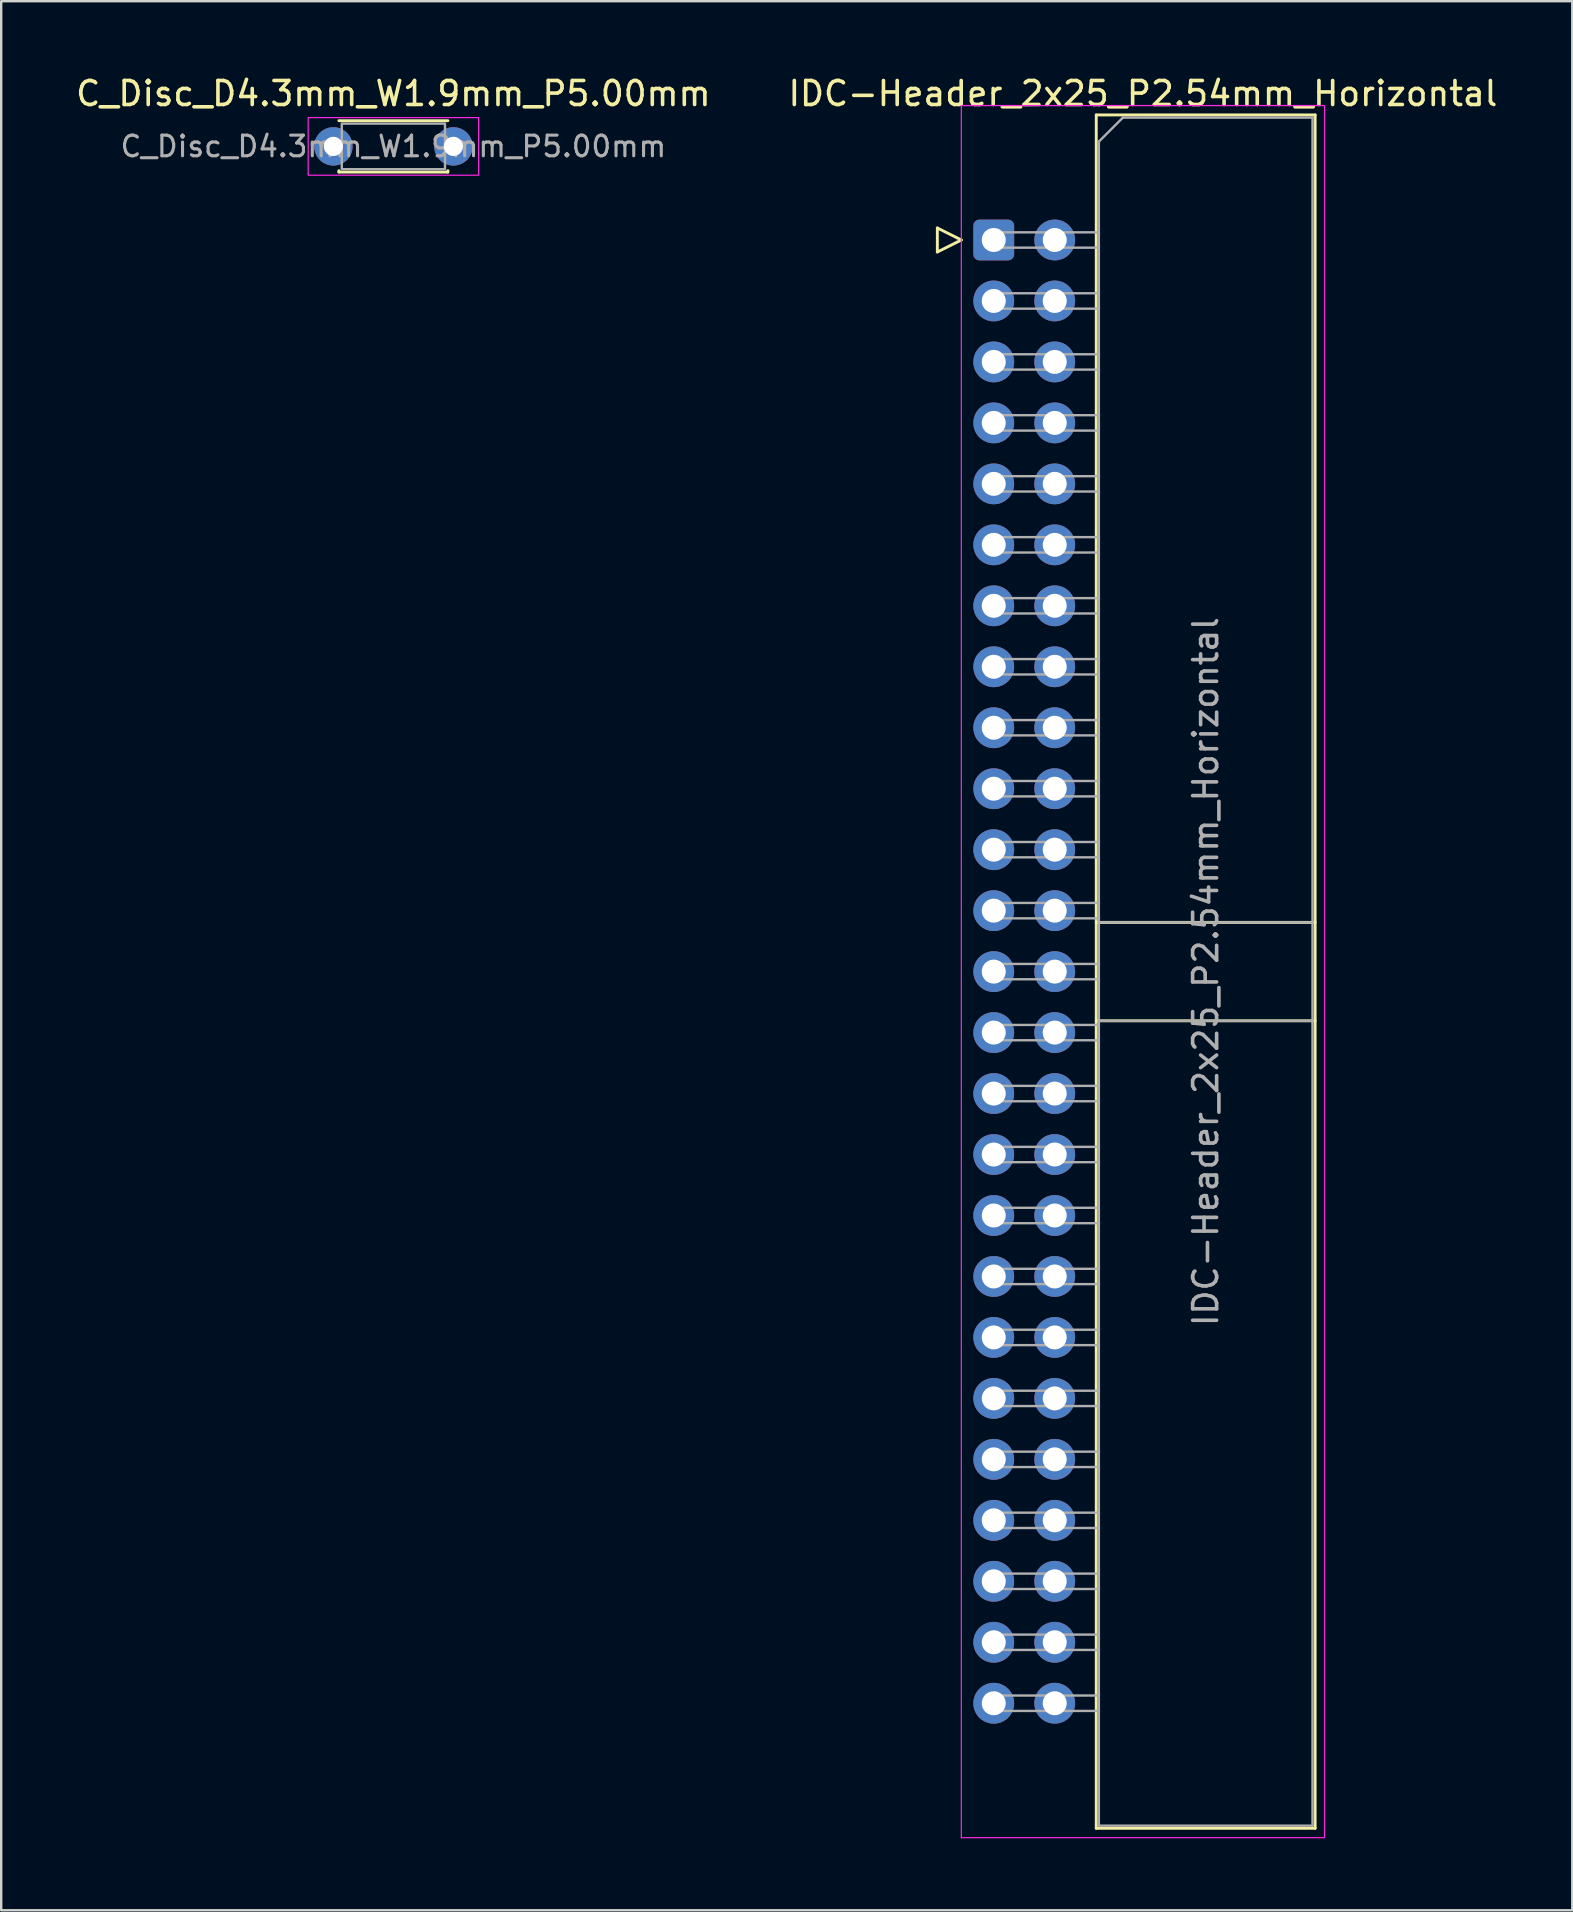
<source format=kicad_pcb>
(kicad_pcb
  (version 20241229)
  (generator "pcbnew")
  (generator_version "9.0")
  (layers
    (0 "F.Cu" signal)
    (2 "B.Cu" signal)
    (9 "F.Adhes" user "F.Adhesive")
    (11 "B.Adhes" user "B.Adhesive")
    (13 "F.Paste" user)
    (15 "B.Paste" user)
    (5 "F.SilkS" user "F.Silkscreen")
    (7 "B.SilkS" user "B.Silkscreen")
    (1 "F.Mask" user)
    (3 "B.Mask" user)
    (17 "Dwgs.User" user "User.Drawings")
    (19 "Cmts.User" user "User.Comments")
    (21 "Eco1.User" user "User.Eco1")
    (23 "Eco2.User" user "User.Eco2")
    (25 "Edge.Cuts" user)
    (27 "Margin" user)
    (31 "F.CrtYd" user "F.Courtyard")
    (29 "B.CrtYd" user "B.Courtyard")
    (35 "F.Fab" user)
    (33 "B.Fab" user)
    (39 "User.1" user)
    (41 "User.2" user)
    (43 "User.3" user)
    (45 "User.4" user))
  (footprint "C_Disc_D4.3mm_W1.9mm_P5.00mm"
    (layer "F.Cu")
    (at 10.839 3.048)
    (property "Reference" "C_Disc_D4.3mm_W1.9mm_P5.00mm" (at 2.5 -2.2 0) (layer "F.SilkS") (effects (font (size 1 1) (thickness 0.15))))
    (attr through_hole)
    (fp_line (start 0.23 -1.07) (end 4.77 -1.07) (stroke (width 0.12) (type solid)) (layer "F.SilkS"))
    (fp_line (start 0.23 1.014) (end 0.23 1.07) (stroke (width 0.12) (type solid)) (layer "F.SilkS"))
    (fp_line (start 0.23 1.07) (end 4.77 1.07) (stroke (width 0.12) (type solid)) (layer "F.SilkS"))
    (fp_line (start 4.77 1.014) (end 4.77 1.07) (stroke (width 0.12) (type solid)) (layer "F.SilkS"))
    (fp_rect (start -1.05 -1.2) (end 6.05 1.2) (stroke (width 0.05) (type solid)) (fill no) (layer "F.CrtYd"))
    (fp_rect (start 0.35 -0.95) (end 4.65 0.95) (stroke (width 0.1) (type solid)) (fill no) (layer "F.Fab"))
    (fp_text user "${REFERENCE}" (at 2.5 0 0) (layer "F.Fab") (effects (font (size 0.86 0.86) (thickness 0.129))))
    (pad "1" thru_hole circle (at 0 0) (size 1.6 1.6) (drill 0.8) (layers "*.Cu" "*.Mask"))
    (pad "2" thru_hole circle (at 5 0) (size 1.6 1.6) (drill 0.8) (layers "*.Cu" "*.Mask")))
  (footprint "IDC-Header_2x25_P2.54mm_Horizontal"
    (layer "F.Cu")
    (at 38.35 6.948)
    (property "Reference" "IDC-Header_2x25_P2.54mm_Horizontal" (at 6.215 -6.1 0) (layer "F.SilkS") (effects (font (size 1 1) (thickness 0.15))))
    (attr through_hole)
    (fp_line (start -2.35 -0.5) (end -2.35 0.5) (stroke (width 0.12) (type solid)) (layer "F.SilkS"))
    (fp_line (start -2.35 0.5) (end -1.35 0) (stroke (width 0.12) (type solid)) (layer "F.SilkS"))
    (fp_line (start -1.35 0) (end -2.35 -0.5) (stroke (width 0.12) (type solid)) (layer "F.SilkS"))
    (fp_line (start 4.27 -5.21) (end 13.39 -5.21) (stroke (width 0.12) (type solid)) (layer "F.SilkS"))
    (fp_line (start 4.27 28.43) (end 13.39 28.43) (stroke (width 0.12) (type solid)) (layer "F.SilkS"))
    (fp_line (start 4.27 32.53) (end 13.39 32.53) (stroke (width 0.12) (type solid)) (layer "F.SilkS"))
    (fp_line (start 4.27 66.17) (end 4.27 -5.21) (stroke (width 0.12) (type solid)) (layer "F.SilkS"))
    (fp_line (start 13.39 -5.21) (end 13.39 66.17) (stroke (width 0.12) (type solid)) (layer "F.SilkS"))
    (fp_line (start 13.39 66.17) (end 4.27 66.17) (stroke (width 0.12) (type solid)) (layer "F.SilkS"))
    (fp_line (start -1.35 -5.6) (end -1.35 66.56) (stroke (width 0.05) (type solid)) (layer "F.CrtYd"))
    (fp_line (start -1.35 66.56) (end 13.78 66.56) (stroke (width 0.05) (type solid)) (layer "F.CrtYd"))
    (fp_line (start 13.78 -5.6) (end -1.35 -5.6) (stroke (width 0.05) (type solid)) (layer "F.CrtYd"))
    (fp_line (start 13.78 66.56) (end 13.78 -5.6) (stroke (width 0.05) (type solid)) (layer "F.CrtYd"))
    (fp_line (start -0.32 -0.32) (end -0.32 0.32) (stroke (width 0.1) (type solid)) (layer "F.Fab"))
    (fp_line (start -0.32 0.32) (end 4.38 0.32) (stroke (width 0.1) (type solid)) (layer "F.Fab"))
    (fp_line (start -0.32 2.22) (end -0.32 2.86) (stroke (width 0.1) (type solid)) (layer "F.Fab"))
    (fp_line (start -0.32 2.86) (end 4.38 2.86) (stroke (width 0.1) (type solid)) (layer "F.Fab"))
    (fp_line (start -0.32 4.76) (end -0.32 5.4) (stroke (width 0.1) (type solid)) (layer "F.Fab"))
    (fp_line (start -0.32 5.4) (end 4.38 5.4) (stroke (width 0.1) (type solid)) (layer "F.Fab"))
    (fp_line (start -0.32 7.3) (end -0.32 7.94) (stroke (width 0.1) (type solid)) (layer "F.Fab"))
    (fp_line (start -0.32 7.94) (end 4.38 7.94) (stroke (width 0.1) (type solid)) (layer "F.Fab"))
    (fp_line (start -0.32 9.84) (end -0.32 10.48) (stroke (width 0.1) (type solid)) (layer "F.Fab"))
    (fp_line (start -0.32 10.48) (end 4.38 10.48) (stroke (width 0.1) (type solid)) (layer "F.Fab"))
    (fp_line (start -0.32 12.38) (end -0.32 13.02) (stroke (width 0.1) (type solid)) (layer "F.Fab"))
    (fp_line (start -0.32 13.02) (end 4.38 13.02) (stroke (width 0.1) (type solid)) (layer "F.Fab"))
    (fp_line (start -0.32 14.92) (end -0.32 15.56) (stroke (width 0.1) (type solid)) (layer "F.Fab"))
    (fp_line (start -0.32 15.56) (end 4.38 15.56) (stroke (width 0.1) (type solid)) (layer "F.Fab"))
    (fp_line (start -0.32 17.46) (end -0.32 18.1) (stroke (width 0.1) (type solid)) (layer "F.Fab"))
    (fp_line (start -0.32 18.1) (end 4.38 18.1) (stroke (width 0.1) (type solid)) (layer "F.Fab"))
    (fp_line (start -0.32 20) (end -0.32 20.64) (stroke (width 0.1) (type solid)) (layer "F.Fab"))
    (fp_line (start -0.32 20.64) (end 4.38 20.64) (stroke (width 0.1) (type solid)) (layer "F.Fab"))
    (fp_line (start -0.32 22.54) (end -0.32 23.18) (stroke (width 0.1) (type solid)) (layer "F.Fab"))
    (fp_line (start -0.32 23.18) (end 4.38 23.18) (stroke (width 0.1) (type solid)) (layer "F.Fab"))
    (fp_line (start -0.32 25.08) (end -0.32 25.72) (stroke (width 0.1) (type solid)) (layer "F.Fab"))
    (fp_line (start -0.32 25.72) (end 4.38 25.72) (stroke (width 0.1) (type solid)) (layer "F.Fab"))
    (fp_line (start -0.32 27.62) (end -0.32 28.26) (stroke (width 0.1) (type solid)) (layer "F.Fab"))
    (fp_line (start -0.32 28.26) (end 4.38 28.26) (stroke (width 0.1) (type solid)) (layer "F.Fab"))
    (fp_line (start -0.32 30.16) (end -0.32 30.8) (stroke (width 0.1) (type solid)) (layer "F.Fab"))
    (fp_line (start -0.32 30.8) (end 4.38 30.8) (stroke (width 0.1) (type solid)) (layer "F.Fab"))
    (fp_line (start -0.32 32.7) (end -0.32 33.34) (stroke (width 0.1) (type solid)) (layer "F.Fab"))
    (fp_line (start -0.32 33.34) (end 4.38 33.34) (stroke (width 0.1) (type solid)) (layer "F.Fab"))
    (fp_line (start -0.32 35.24) (end -0.32 35.88) (stroke (width 0.1) (type solid)) (layer "F.Fab"))
    (fp_line (start -0.32 35.88) (end 4.38 35.88) (stroke (width 0.1) (type solid)) (layer "F.Fab"))
    (fp_line (start -0.32 37.78) (end -0.32 38.42) (stroke (width 0.1) (type solid)) (layer "F.Fab"))
    (fp_line (start -0.32 38.42) (end 4.38 38.42) (stroke (width 0.1) (type solid)) (layer "F.Fab"))
    (fp_line (start -0.32 40.32) (end -0.32 40.96) (stroke (width 0.1) (type solid)) (layer "F.Fab"))
    (fp_line (start -0.32 40.96) (end 4.38 40.96) (stroke (width 0.1) (type solid)) (layer "F.Fab"))
    (fp_line (start -0.32 42.86) (end -0.32 43.5) (stroke (width 0.1) (type solid)) (layer "F.Fab"))
    (fp_line (start -0.32 43.5) (end 4.38 43.5) (stroke (width 0.1) (type solid)) (layer "F.Fab"))
    (fp_line (start -0.32 45.4) (end -0.32 46.04) (stroke (width 0.1) (type solid)) (layer "F.Fab"))
    (fp_line (start -0.32 46.04) (end 4.38 46.04) (stroke (width 0.1) (type solid)) (layer "F.Fab"))
    (fp_line (start -0.32 47.94) (end -0.32 48.58) (stroke (width 0.1) (type solid)) (layer "F.Fab"))
    (fp_line (start -0.32 48.58) (end 4.38 48.58) (stroke (width 0.1) (type solid)) (layer "F.Fab"))
    (fp_line (start -0.32 50.48) (end -0.32 51.12) (stroke (width 0.1) (type solid)) (layer "F.Fab"))
    (fp_line (start -0.32 51.12) (end 4.38 51.12) (stroke (width 0.1) (type solid)) (layer "F.Fab"))
    (fp_line (start -0.32 53.02) (end -0.32 53.66) (stroke (width 0.1) (type solid)) (layer "F.Fab"))
    (fp_line (start -0.32 53.66) (end 4.38 53.66) (stroke (width 0.1) (type solid)) (layer "F.Fab"))
    (fp_line (start -0.32 55.56) (end -0.32 56.2) (stroke (width 0.1) (type solid)) (layer "F.Fab"))
    (fp_line (start -0.32 56.2) (end 4.38 56.2) (stroke (width 0.1) (type solid)) (layer "F.Fab"))
    (fp_line (start -0.32 58.1) (end -0.32 58.74) (stroke (width 0.1) (type solid)) (layer "F.Fab"))
    (fp_line (start -0.32 58.74) (end 4.38 58.74) (stroke (width 0.1) (type solid)) (layer "F.Fab"))
    (fp_line (start -0.32 60.64) (end -0.32 61.28) (stroke (width 0.1) (type solid)) (layer "F.Fab"))
    (fp_line (start -0.32 61.28) (end 4.38 61.28) (stroke (width 0.1) (type solid)) (layer "F.Fab"))
    (fp_line (start 4.38 -4.1) (end 5.38 -5.1) (stroke (width 0.1) (type solid)) (layer "F.Fab"))
    (fp_line (start 4.38 -0.32) (end -0.32 -0.32) (stroke (width 0.1) (type solid)) (layer "F.Fab"))
    (fp_line (start 4.38 2.22) (end -0.32 2.22) (stroke (width 0.1) (type solid)) (layer "F.Fab"))
    (fp_line (start 4.38 4.76) (end -0.32 4.76) (stroke (width 0.1) (type solid)) (layer "F.Fab"))
    (fp_line (start 4.38 7.3) (end -0.32 7.3) (stroke (width 0.1) (type solid)) (layer "F.Fab"))
    (fp_line (start 4.38 9.84) (end -0.32 9.84) (stroke (width 0.1) (type solid)) (layer "F.Fab"))
    (fp_line (start 4.38 12.38) (end -0.32 12.38) (stroke (width 0.1) (type solid)) (layer "F.Fab"))
    (fp_line (start 4.38 14.92) (end -0.32 14.92) (stroke (width 0.1) (type solid)) (layer "F.Fab"))
    (fp_line (start 4.38 17.46) (end -0.32 17.46) (stroke (width 0.1) (type solid)) (layer "F.Fab"))
    (fp_line (start 4.38 20) (end -0.32 20) (stroke (width 0.1) (type solid)) (layer "F.Fab"))
    (fp_line (start 4.38 22.54) (end -0.32 22.54) (stroke (width 0.1) (type solid)) (layer "F.Fab"))
    (fp_line (start 4.38 25.08) (end -0.32 25.08) (stroke (width 0.1) (type solid)) (layer "F.Fab"))
    (fp_line (start 4.38 27.62) (end -0.32 27.62) (stroke (width 0.1) (type solid)) (layer "F.Fab"))
    (fp_line (start 4.38 28.43) (end 13.28 28.43) (stroke (width 0.1) (type solid)) (layer "F.Fab"))
    (fp_line (start 4.38 30.16) (end -0.32 30.16) (stroke (width 0.1) (type solid)) (layer "F.Fab"))
    (fp_line (start 4.38 32.53) (end 13.28 32.53) (stroke (width 0.1) (type solid)) (layer "F.Fab"))
    (fp_line (start 4.38 32.7) (end -0.32 32.7) (stroke (width 0.1) (type solid)) (layer "F.Fab"))
    (fp_line (start 4.38 35.24) (end -0.32 35.24) (stroke (width 0.1) (type solid)) (layer "F.Fab"))
    (fp_line (start 4.38 37.78) (end -0.32 37.78) (stroke (width 0.1) (type solid)) (layer "F.Fab"))
    (fp_line (start 4.38 40.32) (end -0.32 40.32) (stroke (width 0.1) (type solid)) (layer "F.Fab"))
    (fp_line (start 4.38 42.86) (end -0.32 42.86) (stroke (width 0.1) (type solid)) (layer "F.Fab"))
    (fp_line (start 4.38 45.4) (end -0.32 45.4) (stroke (width 0.1) (type solid)) (layer "F.Fab"))
    (fp_line (start 4.38 47.94) (end -0.32 47.94) (stroke (width 0.1) (type solid)) (layer "F.Fab"))
    (fp_line (start 4.38 50.48) (end -0.32 50.48) (stroke (width 0.1) (type solid)) (layer "F.Fab"))
    (fp_line (start 4.38 53.02) (end -0.32 53.02) (stroke (width 0.1) (type solid)) (layer "F.Fab"))
    (fp_line (start 4.38 55.56) (end -0.32 55.56) (stroke (width 0.1) (type solid)) (layer "F.Fab"))
    (fp_line (start 4.38 58.1) (end -0.32 58.1) (stroke (width 0.1) (type solid)) (layer "F.Fab"))
    (fp_line (start 4.38 60.64) (end -0.32 60.64) (stroke (width 0.1) (type solid)) (layer "F.Fab"))
    (fp_line (start 4.38 66.06) (end 4.38 -4.1) (stroke (width 0.1) (type solid)) (layer "F.Fab"))
    (fp_line (start 5.38 -5.1) (end 13.28 -5.1) (stroke (width 0.1) (type solid)) (layer "F.Fab"))
    (fp_line (start 13.28 -5.1) (end 13.28 66.06) (stroke (width 0.1) (type solid)) (layer "F.Fab"))
    (fp_line (start 13.28 66.06) (end 4.38 66.06) (stroke (width 0.1) (type solid)) (layer "F.Fab"))
    (fp_text user "${REFERENCE}" (at 8.83 30.48 90) (layer "F.Fab") (effects (font (size 1 1) (thickness 0.15))))
    (pad "1" thru_hole roundrect (at 0 0) (size 1.7 1.7) (drill 1) (layers "*.Cu" "*.Mask") (roundrect_rratio 0.147))
    (pad "2" thru_hole circle (at 2.54 0) (size 1.7 1.7) (drill 1) (layers "*.Cu" "*.Mask"))
    (pad "3" thru_hole circle (at 0 2.54) (size 1.7 1.7) (drill 1) (layers "*.Cu" "*.Mask"))
    (pad "4" thru_hole circle (at 2.54 2.54) (size 1.7 1.7) (drill 1) (layers "*.Cu" "*.Mask"))
    (pad "5" thru_hole circle (at 0 5.08) (size 1.7 1.7) (drill 1) (layers "*.Cu" "*.Mask"))
    (pad "6" thru_hole circle (at 2.54 5.08) (size 1.7 1.7) (drill 1) (layers "*.Cu" "*.Mask"))
    (pad "7" thru_hole circle (at 0 7.62) (size 1.7 1.7) (drill 1) (layers "*.Cu" "*.Mask"))
    (pad "8" thru_hole circle (at 2.54 7.62) (size 1.7 1.7) (drill 1) (layers "*.Cu" "*.Mask"))
    (pad "9" thru_hole circle (at 0 10.16) (size 1.7 1.7) (drill 1) (layers "*.Cu" "*.Mask"))
    (pad "10" thru_hole circle (at 2.54 10.16) (size 1.7 1.7) (drill 1) (layers "*.Cu" "*.Mask"))
    (pad "11" thru_hole circle (at 0 12.7) (size 1.7 1.7) (drill 1) (layers "*.Cu" "*.Mask"))
    (pad "12" thru_hole circle (at 2.54 12.7) (size 1.7 1.7) (drill 1) (layers "*.Cu" "*.Mask"))
    (pad "13" thru_hole circle (at 0 15.24) (size 1.7 1.7) (drill 1) (layers "*.Cu" "*.Mask"))
    (pad "14" thru_hole circle (at 2.54 15.24) (size 1.7 1.7) (drill 1) (layers "*.Cu" "*.Mask"))
    (pad "15" thru_hole circle (at 0 17.78) (size 1.7 1.7) (drill 1) (layers "*.Cu" "*.Mask"))
    (pad "16" thru_hole circle (at 2.54 17.78) (size 1.7 1.7) (drill 1) (layers "*.Cu" "*.Mask"))
    (pad "17" thru_hole circle (at 0 20.32) (size 1.7 1.7) (drill 1) (layers "*.Cu" "*.Mask"))
    (pad "18" thru_hole circle (at 2.54 20.32) (size 1.7 1.7) (drill 1) (layers "*.Cu" "*.Mask"))
    (pad "19" thru_hole circle (at 0 22.86) (size 1.7 1.7) (drill 1) (layers "*.Cu" "*.Mask"))
    (pad "20" thru_hole circle (at 2.54 22.86) (size 1.7 1.7) (drill 1) (layers "*.Cu" "*.Mask"))
    (pad "21" thru_hole circle (at 0 25.4) (size 1.7 1.7) (drill 1) (layers "*.Cu" "*.Mask"))
    (pad "22" thru_hole circle (at 2.54 25.4) (size 1.7 1.7) (drill 1) (layers "*.Cu" "*.Mask"))
    (pad "23" thru_hole circle (at 0 27.94) (size 1.7 1.7) (drill 1) (layers "*.Cu" "*.Mask"))
    (pad "24" thru_hole circle (at 2.54 27.94) (size 1.7 1.7) (drill 1) (layers "*.Cu" "*.Mask"))
    (pad "25" thru_hole circle (at 0 30.48) (size 1.7 1.7) (drill 1) (layers "*.Cu" "*.Mask"))
    (pad "26" thru_hole circle (at 2.54 30.48) (size 1.7 1.7) (drill 1) (layers "*.Cu" "*.Mask"))
    (pad "27" thru_hole circle (at 0 33.02) (size 1.7 1.7) (drill 1) (layers "*.Cu" "*.Mask"))
    (pad "28" thru_hole circle (at 2.54 33.02) (size 1.7 1.7) (drill 1) (layers "*.Cu" "*.Mask"))
    (pad "29" thru_hole circle (at 0 35.56) (size 1.7 1.7) (drill 1) (layers "*.Cu" "*.Mask"))
    (pad "30" thru_hole circle (at 2.54 35.56) (size 1.7 1.7) (drill 1) (layers "*.Cu" "*.Mask"))
    (pad "31" thru_hole circle (at 0 38.1) (size 1.7 1.7) (drill 1) (layers "*.Cu" "*.Mask"))
    (pad "32" thru_hole circle (at 2.54 38.1) (size 1.7 1.7) (drill 1) (layers "*.Cu" "*.Mask"))
    (pad "33" thru_hole circle (at 0 40.64) (size 1.7 1.7) (drill 1) (layers "*.Cu" "*.Mask"))
    (pad "34" thru_hole circle (at 2.54 40.64) (size 1.7 1.7) (drill 1) (layers "*.Cu" "*.Mask"))
    (pad "35" thru_hole circle (at 0 43.18) (size 1.7 1.7) (drill 1) (layers "*.Cu" "*.Mask"))
    (pad "36" thru_hole circle (at 2.54 43.18) (size 1.7 1.7) (drill 1) (layers "*.Cu" "*.Mask"))
    (pad "37" thru_hole circle (at 0 45.72) (size 1.7 1.7) (drill 1) (layers "*.Cu" "*.Mask"))
    (pad "38" thru_hole circle (at 2.54 45.72) (size 1.7 1.7) (drill 1) (layers "*.Cu" "*.Mask"))
    (pad "39" thru_hole circle (at 0 48.26) (size 1.7 1.7) (drill 1) (layers "*.Cu" "*.Mask"))
    (pad "40" thru_hole circle (at 2.54 48.26) (size 1.7 1.7) (drill 1) (layers "*.Cu" "*.Mask"))
    (pad "41" thru_hole circle (at 0 50.8) (size 1.7 1.7) (drill 1) (layers "*.Cu" "*.Mask"))
    (pad "42" thru_hole circle (at 2.54 50.8) (size 1.7 1.7) (drill 1) (layers "*.Cu" "*.Mask"))
    (pad "43" thru_hole circle (at 0 53.34) (size 1.7 1.7) (drill 1) (layers "*.Cu" "*.Mask"))
    (pad "44" thru_hole circle (at 2.54 53.34) (size 1.7 1.7) (drill 1) (layers "*.Cu" "*.Mask"))
    (pad "45" thru_hole circle (at 0 55.88) (size 1.7 1.7) (drill 1) (layers "*.Cu" "*.Mask"))
    (pad "46" thru_hole circle (at 2.54 55.88) (size 1.7 1.7) (drill 1) (layers "*.Cu" "*.Mask"))
    (pad "47" thru_hole circle (at 0 58.42) (size 1.7 1.7) (drill 1) (layers "*.Cu" "*.Mask"))
    (pad "48" thru_hole circle (at 2.54 58.42) (size 1.7 1.7) (drill 1) (layers "*.Cu" "*.Mask"))
    (pad "49" thru_hole circle (at 0 60.96) (size 1.7 1.7) (drill 1) (layers "*.Cu" "*.Mask"))
    (pad "50" thru_hole circle (at 2.54 60.96) (size 1.7 1.7) (drill 1) (layers "*.Cu" "*.Mask")))
  (gr_rect
    (start -3 -3)
    (end 62.452 76.533)
    (stroke (width 0.1) (type default))
    (fill no)
    (layer "Edge.Cuts")))
</source>
